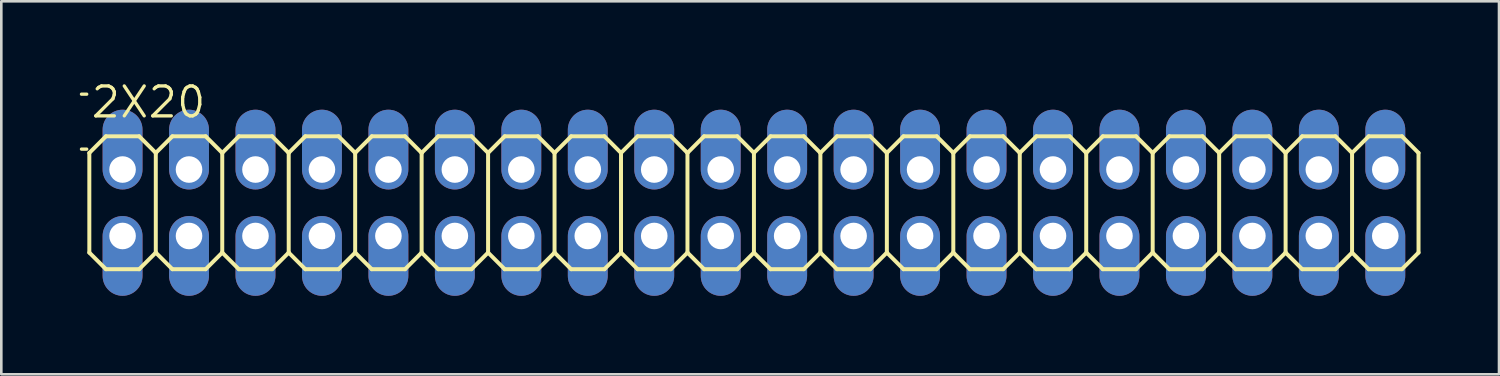
<source format=kicad_pcb>
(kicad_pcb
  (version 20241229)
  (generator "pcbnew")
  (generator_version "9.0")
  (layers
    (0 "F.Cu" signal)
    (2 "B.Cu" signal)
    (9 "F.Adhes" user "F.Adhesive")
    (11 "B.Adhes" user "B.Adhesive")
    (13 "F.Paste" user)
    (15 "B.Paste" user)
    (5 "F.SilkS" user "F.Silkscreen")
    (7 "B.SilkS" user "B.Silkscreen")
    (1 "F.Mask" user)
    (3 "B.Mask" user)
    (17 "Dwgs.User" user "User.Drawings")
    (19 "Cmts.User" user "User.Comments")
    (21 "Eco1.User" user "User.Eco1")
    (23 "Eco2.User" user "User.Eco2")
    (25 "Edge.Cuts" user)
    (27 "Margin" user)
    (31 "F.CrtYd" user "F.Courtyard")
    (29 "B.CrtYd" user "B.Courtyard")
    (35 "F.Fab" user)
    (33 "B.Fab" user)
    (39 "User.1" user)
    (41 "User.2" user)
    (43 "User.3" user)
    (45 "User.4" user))
  (footprint "2X20"
    (layer "F.Cu")
    (at 25.764 4.699)
    (property "Reference" "2X20" (at -25.4 -3.175 0) (layer "F.SilkS") (effects (font (size 1.143 1.143) (thickness 0.127)) (justify left bottom)))
    (fp_line (start -25.7 -4.15) (end -25.5 -4.15) (stroke (width 0.127) (type solid)) (layer "F.SilkS"))
    (fp_line (start -25.7 -2.05) (end -25.5 -2.05) (stroke (width 0.127) (type solid)) (layer "F.SilkS"))
    (fp_line (start -25.4 -1.905) (end -24.765 -2.54) (stroke (width 0.152) (type solid)) (layer "F.SilkS"))
    (fp_line (start -25.4 1.905) (end -25.4 -1.905) (stroke (width 0.152) (type solid)) (layer "F.SilkS"))
    (fp_line (start -25.4 1.905) (end -24.765 2.54) (stroke (width 0.152) (type solid)) (layer "F.SilkS"))
    (fp_line (start -24.765 -2.54) (end -23.495 -2.54) (stroke (width 0.152) (type solid)) (layer "F.SilkS"))
    (fp_line (start -24.765 2.54) (end -23.495 2.54) (stroke (width 0.152) (type solid)) (layer "F.SilkS"))
    (fp_line (start -23.495 -2.54) (end -22.86 -1.905) (stroke (width 0.152) (type solid)) (layer "F.SilkS"))
    (fp_line (start -23.495 2.54) (end -22.86 1.905) (stroke (width 0.152) (type solid)) (layer "F.SilkS"))
    (fp_line (start -22.86 -1.905) (end -22.86 1.905) (stroke (width 0.152) (type solid)) (layer "F.SilkS"))
    (fp_line (start -22.86 -1.905) (end -22.225 -2.54) (stroke (width 0.152) (type solid)) (layer "F.SilkS"))
    (fp_line (start -22.86 1.905) (end -22.225 2.54) (stroke (width 0.152) (type solid)) (layer "F.SilkS"))
    (fp_line (start -22.225 -2.54) (end -20.955 -2.54) (stroke (width 0.152) (type solid)) (layer "F.SilkS"))
    (fp_line (start -22.225 2.54) (end -20.955 2.54) (stroke (width 0.152) (type solid)) (layer "F.SilkS"))
    (fp_line (start -20.955 -2.54) (end -20.32 -1.905) (stroke (width 0.152) (type solid)) (layer "F.SilkS"))
    (fp_line (start -20.955 2.54) (end -20.32 1.905) (stroke (width 0.152) (type solid)) (layer "F.SilkS"))
    (fp_line (start -20.32 -1.905) (end -20.32 1.905) (stroke (width 0.152) (type solid)) (layer "F.SilkS"))
    (fp_line (start -20.32 -1.905) (end -19.685 -2.54) (stroke (width 0.152) (type solid)) (layer "F.SilkS"))
    (fp_line (start -20.32 1.905) (end -19.685 2.54) (stroke (width 0.152) (type solid)) (layer "F.SilkS"))
    (fp_line (start -19.685 -2.54) (end -18.415 -2.54) (stroke (width 0.152) (type solid)) (layer "F.SilkS"))
    (fp_line (start -19.685 2.54) (end -18.415 2.54) (stroke (width 0.152) (type solid)) (layer "F.SilkS"))
    (fp_line (start -18.415 -2.54) (end -17.78 -1.905) (stroke (width 0.152) (type solid)) (layer "F.SilkS"))
    (fp_line (start -18.415 2.54) (end -17.78 1.905) (stroke (width 0.152) (type solid)) (layer "F.SilkS"))
    (fp_line (start -17.78 -1.905) (end -17.78 1.905) (stroke (width 0.152) (type solid)) (layer "F.SilkS"))
    (fp_line (start -17.78 -1.905) (end -17.145 -2.54) (stroke (width 0.152) (type solid)) (layer "F.SilkS"))
    (fp_line (start -17.78 1.905) (end -17.145 2.54) (stroke (width 0.152) (type solid)) (layer "F.SilkS"))
    (fp_line (start -17.145 -2.54) (end -15.875 -2.54) (stroke (width 0.152) (type solid)) (layer "F.SilkS"))
    (fp_line (start -17.145 2.54) (end -15.875 2.54) (stroke (width 0.152) (type solid)) (layer "F.SilkS"))
    (fp_line (start -15.875 -2.54) (end -15.24 -1.905) (stroke (width 0.152) (type solid)) (layer "F.SilkS"))
    (fp_line (start -15.875 2.54) (end -15.24 1.905) (stroke (width 0.152) (type solid)) (layer "F.SilkS"))
    (fp_line (start -15.24 -1.905) (end -15.24 1.905) (stroke (width 0.152) (type solid)) (layer "F.SilkS"))
    (fp_line (start -15.24 -1.905) (end -14.605 -2.54) (stroke (width 0.152) (type solid)) (layer "F.SilkS"))
    (fp_line (start -15.24 1.905) (end -14.605 2.54) (stroke (width 0.152) (type solid)) (layer "F.SilkS"))
    (fp_line (start -14.605 -2.54) (end -13.335 -2.54) (stroke (width 0.152) (type solid)) (layer "F.SilkS"))
    (fp_line (start -14.605 2.54) (end -13.335 2.54) (stroke (width 0.152) (type solid)) (layer "F.SilkS"))
    (fp_line (start -13.335 -2.54) (end -12.7 -1.905) (stroke (width 0.152) (type solid)) (layer "F.SilkS"))
    (fp_line (start -13.335 2.54) (end -12.7 1.905) (stroke (width 0.152) (type solid)) (layer "F.SilkS"))
    (fp_line (start -12.7 -1.905) (end -12.7 1.905) (stroke (width 0.152) (type solid)) (layer "F.SilkS"))
    (fp_line (start -12.7 -1.905) (end -12.065 -2.54) (stroke (width 0.152) (type solid)) (layer "F.SilkS"))
    (fp_line (start -12.7 1.905) (end -12.065 2.54) (stroke (width 0.152) (type solid)) (layer "F.SilkS"))
    (fp_line (start -12.065 -2.54) (end -10.795 -2.54) (stroke (width 0.152) (type solid)) (layer "F.SilkS"))
    (fp_line (start -12.065 2.54) (end -10.795 2.54) (stroke (width 0.152) (type solid)) (layer "F.SilkS"))
    (fp_line (start -10.795 -2.54) (end -10.16 -1.905) (stroke (width 0.152) (type solid)) (layer "F.SilkS"))
    (fp_line (start -10.795 2.54) (end -10.16 1.905) (stroke (width 0.152) (type solid)) (layer "F.SilkS"))
    (fp_line (start -10.16 -1.905) (end -10.16 1.905) (stroke (width 0.152) (type solid)) (layer "F.SilkS"))
    (fp_line (start -10.16 -1.905) (end -9.525 -2.54) (stroke (width 0.152) (type solid)) (layer "F.SilkS"))
    (fp_line (start -10.16 1.905) (end -9.525 2.54) (stroke (width 0.152) (type solid)) (layer "F.SilkS"))
    (fp_line (start -9.525 -2.54) (end -8.255 -2.54) (stroke (width 0.152) (type solid)) (layer "F.SilkS"))
    (fp_line (start -8.255 -2.54) (end -7.62 -1.905) (stroke (width 0.152) (type solid)) (layer "F.SilkS"))
    (fp_line (start -8.255 2.54) (end -9.525 2.54) (stroke (width 0.152) (type solid)) (layer "F.SilkS"))
    (fp_line (start -7.62 -1.905) (end -7.62 1.905) (stroke (width 0.152) (type solid)) (layer "F.SilkS"))
    (fp_line (start -7.62 -1.905) (end -6.985 -2.54) (stroke (width 0.152) (type solid)) (layer "F.SilkS"))
    (fp_line (start -7.62 1.905) (end -8.255 2.54) (stroke (width 0.152) (type solid)) (layer "F.SilkS"))
    (fp_line (start -7.62 1.905) (end -6.985 2.54) (stroke (width 0.152) (type solid)) (layer "F.SilkS"))
    (fp_line (start -6.985 -2.54) (end -5.715 -2.54) (stroke (width 0.152) (type solid)) (layer "F.SilkS"))
    (fp_line (start -5.715 -2.54) (end -5.08 -1.905) (stroke (width 0.152) (type solid)) (layer "F.SilkS"))
    (fp_line (start -5.715 2.54) (end -6.985 2.54) (stroke (width 0.152) (type solid)) (layer "F.SilkS"))
    (fp_line (start -5.08 -1.905) (end -5.08 1.905) (stroke (width 0.152) (type solid)) (layer "F.SilkS"))
    (fp_line (start -5.08 -1.905) (end -4.445 -2.54) (stroke (width 0.152) (type solid)) (layer "F.SilkS"))
    (fp_line (start -5.08 1.905) (end -5.715 2.54) (stroke (width 0.152) (type solid)) (layer "F.SilkS"))
    (fp_line (start -5.08 1.905) (end -4.445 2.54) (stroke (width 0.152) (type solid)) (layer "F.SilkS"))
    (fp_line (start -4.445 -2.54) (end -3.175 -2.54) (stroke (width 0.152) (type solid)) (layer "F.SilkS"))
    (fp_line (start -3.175 -2.54) (end -2.54 -1.905) (stroke (width 0.152) (type solid)) (layer "F.SilkS"))
    (fp_line (start -3.175 2.54) (end -4.445 2.54) (stroke (width 0.152) (type solid)) (layer "F.SilkS"))
    (fp_line (start -2.54 -1.905) (end -2.54 1.905) (stroke (width 0.152) (type solid)) (layer "F.SilkS"))
    (fp_line (start -2.54 -1.905) (end -1.905 -2.54) (stroke (width 0.152) (type solid)) (layer "F.SilkS"))
    (fp_line (start -2.54 1.905) (end -3.175 2.54) (stroke (width 0.152) (type solid)) (layer "F.SilkS"))
    (fp_line (start -2.54 1.905) (end -1.905 2.54) (stroke (width 0.152) (type solid)) (layer "F.SilkS"))
    (fp_line (start -1.905 -2.54) (end -0.635 -2.54) (stroke (width 0.152) (type solid)) (layer "F.SilkS"))
    (fp_line (start -0.635 -2.54) (end 0 -1.905) (stroke (width 0.152) (type solid)) (layer "F.SilkS"))
    (fp_line (start -0.635 2.54) (end -1.905 2.54) (stroke (width 0.152) (type solid)) (layer "F.SilkS"))
    (fp_line (start 0 -1.905) (end 0 1.905) (stroke (width 0.152) (type solid)) (layer "F.SilkS"))
    (fp_line (start 0 -1.905) (end 0.635 -2.54) (stroke (width 0.152) (type solid)) (layer "F.SilkS"))
    (fp_line (start 0 1.905) (end -0.635 2.54) (stroke (width 0.152) (type solid)) (layer "F.SilkS"))
    (fp_line (start 0 1.905) (end 0.635 2.54) (stroke (width 0.152) (type solid)) (layer "F.SilkS"))
    (fp_line (start 0.635 -2.54) (end 1.905 -2.54) (stroke (width 0.152) (type solid)) (layer "F.SilkS"))
    (fp_line (start 1.905 -2.54) (end 2.54 -1.905) (stroke (width 0.152) (type solid)) (layer "F.SilkS"))
    (fp_line (start 1.905 2.54) (end 0.635 2.54) (stroke (width 0.152) (type solid)) (layer "F.SilkS"))
    (fp_line (start 2.54 -1.905) (end 2.54 1.905) (stroke (width 0.152) (type solid)) (layer "F.SilkS"))
    (fp_line (start 2.54 -1.905) (end 3.175 -2.54) (stroke (width 0.152) (type solid)) (layer "F.SilkS"))
    (fp_line (start 2.54 1.905) (end 1.905 2.54) (stroke (width 0.152) (type solid)) (layer "F.SilkS"))
    (fp_line (start 2.54 1.905) (end 3.175 2.54) (stroke (width 0.152) (type solid)) (layer "F.SilkS"))
    (fp_line (start 3.175 -2.54) (end 4.445 -2.54) (stroke (width 0.152) (type solid)) (layer "F.SilkS"))
    (fp_line (start 4.445 2.54) (end 3.175 2.54) (stroke (width 0.152) (type solid)) (layer "F.SilkS"))
    (fp_line (start 5.08 -1.905) (end 4.445 -2.54) (stroke (width 0.152) (type solid)) (layer "F.SilkS"))
    (fp_line (start 5.08 -1.905) (end 5.08 1.905) (stroke (width 0.152) (type solid)) (layer "F.SilkS"))
    (fp_line (start 5.08 -1.905) (end 5.715 -2.54) (stroke (width 0.152) (type solid)) (layer "F.SilkS"))
    (fp_line (start 5.08 1.905) (end 4.445 2.54) (stroke (width 0.152) (type solid)) (layer "F.SilkS"))
    (fp_line (start 5.08 1.905) (end 5.715 2.54) (stroke (width 0.152) (type solid)) (layer "F.SilkS"))
    (fp_line (start 6.985 -2.54) (end 5.715 -2.54) (stroke (width 0.152) (type solid)) (layer "F.SilkS"))
    (fp_line (start 6.985 -2.54) (end 7.62 -1.905) (stroke (width 0.152) (type solid)) (layer "F.SilkS"))
    (fp_line (start 6.985 2.54) (end 5.715 2.54) (stroke (width 0.152) (type solid)) (layer "F.SilkS"))
    (fp_line (start 7.62 -1.905) (end 7.62 1.905) (stroke (width 0.152) (type solid)) (layer "F.SilkS"))
    (fp_line (start 7.62 -1.905) (end 8.255 -2.54) (stroke (width 0.152) (type solid)) (layer "F.SilkS"))
    (fp_line (start 7.62 1.905) (end 6.985 2.54) (stroke (width 0.152) (type solid)) (layer "F.SilkS"))
    (fp_line (start 7.62 1.905) (end 8.255 2.54) (stroke (width 0.152) (type solid)) (layer "F.SilkS"))
    (fp_line (start 9.525 -2.54) (end 8.255 -2.54) (stroke (width 0.152) (type solid)) (layer "F.SilkS"))
    (fp_line (start 9.525 -2.54) (end 10.16 -1.905) (stroke (width 0.152) (type solid)) (layer "F.SilkS"))
    (fp_line (start 9.525 2.54) (end 8.255 2.54) (stroke (width 0.152) (type solid)) (layer "F.SilkS"))
    (fp_line (start 10.16 -1.905) (end 10.16 1.905) (stroke (width 0.152) (type solid)) (layer "F.SilkS"))
    (fp_line (start 10.16 -1.905) (end 10.795 -2.54) (stroke (width 0.152) (type solid)) (layer "F.SilkS"))
    (fp_line (start 10.16 1.905) (end 9.525 2.54) (stroke (width 0.152) (type solid)) (layer "F.SilkS"))
    (fp_line (start 10.795 2.54) (end 10.16 1.905) (stroke (width 0.152) (type solid)) (layer "F.SilkS"))
    (fp_line (start 10.795 2.54) (end 12.065 2.54) (stroke (width 0.152) (type solid)) (layer "F.SilkS"))
    (fp_line (start 12.065 -2.54) (end 10.795 -2.54) (stroke (width 0.152) (type solid)) (layer "F.SilkS"))
    (fp_line (start 12.065 -2.54) (end 12.7 -1.905) (stroke (width 0.152) (type solid)) (layer "F.SilkS"))
    (fp_line (start 12.7 -1.905) (end 12.7 1.905) (stroke (width 0.152) (type solid)) (layer "F.SilkS"))
    (fp_line (start 12.7 -1.905) (end 13.335 -2.54) (stroke (width 0.152) (type solid)) (layer "F.SilkS"))
    (fp_line (start 12.7 1.905) (end 12.065 2.54) (stroke (width 0.152) (type solid)) (layer "F.SilkS"))
    (fp_line (start 13.335 2.54) (end 12.7 1.905) (stroke (width 0.152) (type solid)) (layer "F.SilkS"))
    (fp_line (start 13.335 2.54) (end 14.605 2.54) (stroke (width 0.152) (type solid)) (layer "F.SilkS"))
    (fp_line (start 14.605 -2.54) (end 13.335 -2.54) (stroke (width 0.152) (type solid)) (layer "F.SilkS"))
    (fp_line (start 14.605 -2.54) (end 15.24 -1.905) (stroke (width 0.152) (type solid)) (layer "F.SilkS"))
    (fp_line (start 15.24 -1.905) (end 15.24 1.905) (stroke (width 0.152) (type solid)) (layer "F.SilkS"))
    (fp_line (start 15.24 -1.905) (end 15.875 -2.54) (stroke (width 0.152) (type solid)) (layer "F.SilkS"))
    (fp_line (start 15.24 1.905) (end 14.605 2.54) (stroke (width 0.152) (type solid)) (layer "F.SilkS"))
    (fp_line (start 15.24 1.905) (end 15.875 2.54) (stroke (width 0.152) (type solid)) (layer "F.SilkS"))
    (fp_line (start 17.145 -2.54) (end 15.875 -2.54) (stroke (width 0.152) (type solid)) (layer "F.SilkS"))
    (fp_line (start 17.145 -2.54) (end 17.78 -1.905) (stroke (width 0.152) (type solid)) (layer "F.SilkS"))
    (fp_line (start 17.145 2.54) (end 15.875 2.54) (stroke (width 0.152) (type solid)) (layer "F.SilkS"))
    (fp_line (start 17.78 -1.905) (end 17.78 1.905) (stroke (width 0.152) (type solid)) (layer "F.SilkS"))
    (fp_line (start 17.78 -1.905) (end 18.415 -2.54) (stroke (width 0.152) (type solid)) (layer "F.SilkS"))
    (fp_line (start 17.78 1.905) (end 17.145 2.54) (stroke (width 0.152) (type solid)) (layer "F.SilkS"))
    (fp_line (start 17.78 1.905) (end 18.415 2.54) (stroke (width 0.152) (type solid)) (layer "F.SilkS"))
    (fp_line (start 19.685 -2.54) (end 18.415 -2.54) (stroke (width 0.152) (type solid)) (layer "F.SilkS"))
    (fp_line (start 19.685 -2.54) (end 20.32 -1.905) (stroke (width 0.152) (type solid)) (layer "F.SilkS"))
    (fp_line (start 19.685 2.54) (end 18.415 2.54) (stroke (width 0.152) (type solid)) (layer "F.SilkS"))
    (fp_line (start 20.32 -1.905) (end 20.32 1.905) (stroke (width 0.152) (type solid)) (layer "F.SilkS"))
    (fp_line (start 20.32 -1.905) (end 20.955 -2.54) (stroke (width 0.152) (type solid)) (layer "F.SilkS"))
    (fp_line (start 20.32 1.905) (end 19.685 2.54) (stroke (width 0.152) (type solid)) (layer "F.SilkS"))
    (fp_line (start 20.32 1.905) (end 20.955 2.54) (stroke (width 0.152) (type solid)) (layer "F.SilkS"))
    (fp_line (start 22.225 -2.54) (end 20.955 -2.54) (stroke (width 0.152) (type solid)) (layer "F.SilkS"))
    (fp_line (start 22.225 -2.54) (end 22.86 -1.905) (stroke (width 0.152) (type solid)) (layer "F.SilkS"))
    (fp_line (start 22.225 2.54) (end 20.955 2.54) (stroke (width 0.152) (type solid)) (layer "F.SilkS"))
    (fp_line (start 22.86 -1.905) (end 22.86 1.905) (stroke (width 0.152) (type solid)) (layer "F.SilkS"))
    (fp_line (start 22.86 -1.905) (end 23.495 -2.54) (stroke (width 0.152) (type solid)) (layer "F.SilkS"))
    (fp_line (start 22.86 1.905) (end 22.225 2.54) (stroke (width 0.152) (type solid)) (layer "F.SilkS"))
    (fp_line (start 22.86 1.905) (end 23.495 2.54) (stroke (width 0.152) (type solid)) (layer "F.SilkS"))
    (fp_line (start 24.765 -2.54) (end 23.495 -2.54) (stroke (width 0.152) (type solid)) (layer "F.SilkS"))
    (fp_line (start 24.765 -2.54) (end 25.4 -1.905) (stroke (width 0.152) (type solid)) (layer "F.SilkS"))
    (fp_line (start 24.765 2.54) (end 23.495 2.54) (stroke (width 0.152) (type solid)) (layer "F.SilkS"))
    (fp_line (start 25.4 -1.905) (end 25.4 1.905) (stroke (width 0.152) (type solid)) (layer "F.SilkS"))
    (fp_line (start 25.4 1.905) (end 24.765 2.54) (stroke (width 0.152) (type solid)) (layer "F.SilkS"))
    (fp_poly (pts (xy -24.384 -1.016) (xy -23.876 -1.016) (xy -23.876 -1.524) (xy -24.384 -1.524)) (stroke (width 0.1) (type solid)) (fill no) (layer "F.Fab"))
    (fp_poly (pts (xy -24.384 1.524) (xy -23.876 1.524) (xy -23.876 1.016) (xy -24.384 1.016)) (stroke (width 0.1) (type solid)) (fill no) (layer "F.Fab"))
    (fp_poly (pts (xy -21.844 -1.016) (xy -21.336 -1.016) (xy -21.336 -1.524) (xy -21.844 -1.524)) (stroke (width 0.1) (type solid)) (fill no) (layer "F.Fab"))
    (fp_poly (pts (xy -21.844 1.524) (xy -21.336 1.524) (xy -21.336 1.016) (xy -21.844 1.016)) (stroke (width 0.1) (type solid)) (fill no) (layer "F.Fab"))
    (fp_poly (pts (xy -19.304 -1.016) (xy -18.796 -1.016) (xy -18.796 -1.524) (xy -19.304 -1.524)) (stroke (width 0.1) (type solid)) (fill no) (layer "F.Fab"))
    (fp_poly (pts (xy -19.304 1.524) (xy -18.796 1.524) (xy -18.796 1.016) (xy -19.304 1.016)) (stroke (width 0.1) (type solid)) (fill no) (layer "F.Fab"))
    (fp_poly (pts (xy -16.764 1.524) (xy -16.256 1.524) (xy -16.256 1.016) (xy -16.764 1.016)) (stroke (width 0.1) (type solid)) (fill no) (layer "F.Fab"))
    (fp_poly (pts (xy -16.256 -1.016) (xy -16.256 -1.524) (xy -16.764 -1.524) (xy -16.764 -1.016)) (stroke (width 0.1) (type solid)) (fill no) (layer "F.Fab"))
    (fp_poly (pts (xy -14.224 1.524) (xy -13.716 1.524) (xy -13.716 1.016) (xy -14.224 1.016)) (stroke (width 0.1) (type solid)) (fill no) (layer "F.Fab"))
    (fp_poly (pts (xy -13.716 -1.016) (xy -13.716 -1.524) (xy -14.224 -1.524) (xy -14.224 -1.016)) (stroke (width 0.1) (type solid)) (fill no) (layer "F.Fab"))
    (fp_poly (pts (xy -11.684 -1.016) (xy -11.176 -1.016) (xy -11.176 -1.524) (xy -11.684 -1.524)) (stroke (width 0.1) (type solid)) (fill no) (layer "F.Fab"))
    (fp_poly (pts (xy -11.684 1.524) (xy -11.176 1.524) (xy -11.176 1.016) (xy -11.684 1.016)) (stroke (width 0.1) (type solid)) (fill no) (layer "F.Fab"))
    (fp_poly (pts (xy -9.144 1.524) (xy -8.636 1.524) (xy -8.636 1.016) (xy -9.144 1.016)) (stroke (width 0.1) (type solid)) (fill no) (layer "F.Fab"))
    (fp_poly (pts (xy -8.636 -1.016) (xy -8.636 -1.524) (xy -9.144 -1.524) (xy -9.144 -1.016)) (stroke (width 0.1) (type solid)) (fill no) (layer "F.Fab"))
    (fp_poly (pts (xy -6.604 -1.016) (xy -6.096 -1.016) (xy -6.096 -1.524) (xy -6.604 -1.524)) (stroke (width 0.1) (type solid)) (fill no) (layer "F.Fab"))
    (fp_poly (pts (xy -6.604 1.524) (xy -6.096 1.524) (xy -6.096 1.016) (xy -6.604 1.016)) (stroke (width 0.1) (type solid)) (fill no) (layer "F.Fab"))
    (fp_poly (pts (xy -4.064 -1.016) (xy -3.556 -1.016) (xy -3.556 -1.524) (xy -4.064 -1.524)) (stroke (width 0.1) (type solid)) (fill no) (layer "F.Fab"))
    (fp_poly (pts (xy -4.064 1.524) (xy -3.556 1.524) (xy -3.556 1.016) (xy -4.064 1.016)) (stroke (width 0.1) (type solid)) (fill no) (layer "F.Fab"))
    (fp_poly (pts (xy -1.524 -1.016) (xy -1.016 -1.016) (xy -1.016 -1.524) (xy -1.524 -1.524)) (stroke (width 0.1) (type solid)) (fill no) (layer "F.Fab"))
    (fp_poly (pts (xy -1.524 1.524) (xy -1.016 1.524) (xy -1.016 1.016) (xy -1.524 1.016)) (stroke (width 0.1) (type solid)) (fill no) (layer "F.Fab"))
    (fp_poly (pts (xy 1.016 -1.524) (xy 1.016 -1.016) (xy 1.524 -1.016) (xy 1.524 -1.524)) (stroke (width 0.1) (type solid)) (fill no) (layer "F.Fab"))
    (fp_poly (pts (xy 1.016 1.524) (xy 1.524 1.524) (xy 1.524 1.016) (xy 1.016 1.016)) (stroke (width 0.1) (type solid)) (fill no) (layer "F.Fab"))
    (fp_poly (pts (xy 3.556 1.524) (xy 4.064 1.524) (xy 4.064 1.016) (xy 3.556 1.016)) (stroke (width 0.1) (type solid)) (fill no) (layer "F.Fab"))
    (fp_poly (pts (xy 4.064 -1.524) (xy 3.556 -1.524) (xy 3.556 -1.016) (xy 4.064 -1.016)) (stroke (width 0.1) (type solid)) (fill no) (layer "F.Fab"))
    (fp_poly (pts (xy 6.096 -1.016) (xy 6.604 -1.016) (xy 6.604 -1.524) (xy 6.096 -1.524)) (stroke (width 0.1) (type solid)) (fill no) (layer "F.Fab"))
    (fp_poly (pts (xy 6.096 1.524) (xy 6.604 1.524) (xy 6.604 1.016) (xy 6.096 1.016)) (stroke (width 0.1) (type solid)) (fill no) (layer "F.Fab"))
    (fp_poly (pts (xy 8.636 1.524) (xy 9.144 1.524) (xy 9.144 1.016) (xy 8.636 1.016)) (stroke (width 0.1) (type solid)) (fill no) (layer "F.Fab"))
    (fp_poly (pts (xy 9.144 -1.524) (xy 8.636 -1.524) (xy 8.636 -1.016) (xy 9.144 -1.016)) (stroke (width 0.1) (type solid)) (fill no) (layer "F.Fab"))
    (fp_poly (pts (xy 11.176 -1.016) (xy 11.684 -1.016) (xy 11.684 -1.524) (xy 11.176 -1.524)) (stroke (width 0.1) (type solid)) (fill no) (layer "F.Fab"))
    (fp_poly (pts (xy 11.176 1.524) (xy 11.684 1.524) (xy 11.684 1.016) (xy 11.176 1.016)) (stroke (width 0.1) (type solid)) (fill no) (layer "F.Fab"))
    (fp_poly (pts (xy 13.716 -1.016) (xy 14.224 -1.016) (xy 14.224 -1.524) (xy 13.716 -1.524)) (stroke (width 0.1) (type solid)) (fill no) (layer "F.Fab"))
    (fp_poly (pts (xy 13.716 1.524) (xy 14.224 1.524) (xy 14.224 1.016) (xy 13.716 1.016)) (stroke (width 0.1) (type solid)) (fill no) (layer "F.Fab"))
    (fp_poly (pts (xy 16.256 -1.016) (xy 16.764 -1.016) (xy 16.764 -1.524) (xy 16.256 -1.524)) (stroke (width 0.1) (type solid)) (fill no) (layer "F.Fab"))
    (fp_poly (pts (xy 16.764 1.016) (xy 16.256 1.016) (xy 16.256 1.524) (xy 16.764 1.524)) (stroke (width 0.1) (type solid)) (fill no) (layer "F.Fab"))
    (fp_poly (pts (xy 18.796 -1.016) (xy 19.304 -1.016) (xy 19.304 -1.524) (xy 18.796 -1.524)) (stroke (width 0.1) (type solid)) (fill no) (layer "F.Fab"))
    (fp_poly (pts (xy 18.796 1.524) (xy 19.304 1.524) (xy 19.304 1.016) (xy 18.796 1.016)) (stroke (width 0.1) (type solid)) (fill no) (layer "F.Fab"))
    (fp_poly (pts (xy 21.336 -1.016) (xy 21.844 -1.016) (xy 21.844 -1.524) (xy 21.336 -1.524)) (stroke (width 0.1) (type solid)) (fill no) (layer "F.Fab"))
    (fp_poly (pts (xy 21.336 1.524) (xy 21.844 1.524) (xy 21.844 1.016) (xy 21.336 1.016)) (stroke (width 0.1) (type solid)) (fill no) (layer "F.Fab"))
    (fp_poly (pts (xy 23.876 -1.016) (xy 24.384 -1.016) (xy 24.384 -1.524) (xy 23.876 -1.524)) (stroke (width 0.1) (type solid)) (fill no) (layer "F.Fab"))
    (fp_poly (pts (xy 23.876 1.524) (xy 24.384 1.524) (xy 24.384 1.016) (xy 23.876 1.016)) (stroke (width 0.1) (type solid)) (fill no) (layer "F.Fab"))
    (pad "1" thru_hole oval (at -24.13 1.27 270) (size 3.048 1.524) (drill 1.016 (offset 0.762 0)) (layers "*.Cu" "*.Mask"))
    (pad "2" thru_hole oval (at -24.13 -1.27 90) (size 3.048 1.524) (drill 1.016 (offset 0.762 0)) (layers "*.Cu" "*.Mask"))
    (pad "3" thru_hole oval (at -21.59 1.27 270) (size 3.048 1.524) (drill 1.016 (offset 0.762 0)) (layers "*.Cu" "*.Mask"))
    (pad "4" thru_hole oval (at -21.59 -1.27 90) (size 3.048 1.524) (drill 1.016 (offset 0.762 0)) (layers "*.Cu" "*.Mask"))
    (pad "5" thru_hole oval (at -19.05 1.27 270) (size 3.048 1.524) (drill 1.016 (offset 0.762 0)) (layers "*.Cu" "*.Mask"))
    (pad "6" thru_hole oval (at -19.05 -1.27 90) (size 3.048 1.524) (drill 1.016 (offset 0.762 0)) (layers "*.Cu" "*.Mask"))
    (pad "7" thru_hole oval (at -16.51 1.27 270) (size 3.048 1.524) (drill 1.016 (offset 0.762 0)) (layers "*.Cu" "*.Mask"))
    (pad "8" thru_hole oval (at -16.51 -1.27 90) (size 3.048 1.524) (drill 1.016 (offset 0.762 0)) (layers "*.Cu" "*.Mask"))
    (pad "9" thru_hole oval (at -13.97 1.27 270) (size 3.048 1.524) (drill 1.016 (offset 0.762 0)) (layers "*.Cu" "*.Mask"))
    (pad "10" thru_hole oval (at -13.97 -1.27 90) (size 3.048 1.524) (drill 1.016 (offset 0.762 0)) (layers "*.Cu" "*.Mask"))
    (pad "11" thru_hole oval (at -11.43 1.27 270) (size 3.048 1.524) (drill 1.016 (offset 0.762 0)) (layers "*.Cu" "*.Mask"))
    (pad "12" thru_hole oval (at -11.43 -1.27 90) (size 3.048 1.524) (drill 1.016 (offset 0.762 0)) (layers "*.Cu" "*.Mask"))
    (pad "13" thru_hole oval (at -8.89 1.27 270) (size 3.048 1.524) (drill 1.016 (offset 0.762 0)) (layers "*.Cu" "*.Mask"))
    (pad "14" thru_hole oval (at -8.89 -1.27 90) (size 3.048 1.524) (drill 1.016 (offset 0.762 0)) (layers "*.Cu" "*.Mask"))
    (pad "15" thru_hole oval (at -6.35 1.27 270) (size 3.048 1.524) (drill 1.016 (offset 0.762 0)) (layers "*.Cu" "*.Mask"))
    (pad "16" thru_hole oval (at -6.35 -1.27 90) (size 3.048 1.524) (drill 1.016 (offset 0.762 0)) (layers "*.Cu" "*.Mask"))
    (pad "17" thru_hole oval (at -3.81 1.27 270) (size 3.048 1.524) (drill 1.016 (offset 0.762 0)) (layers "*.Cu" "*.Mask"))
    (pad "18" thru_hole oval (at -3.81 -1.27 90) (size 3.048 1.524) (drill 1.016 (offset 0.762 0)) (layers "*.Cu" "*.Mask"))
    (pad "19" thru_hole oval (at -1.27 1.27 270) (size 3.048 1.524) (drill 1.016 (offset 0.762 0)) (layers "*.Cu" "*.Mask"))
    (pad "20" thru_hole oval (at -1.27 -1.27 90) (size 3.048 1.524) (drill 1.016 (offset 0.762 0)) (layers "*.Cu" "*.Mask"))
    (pad "21" thru_hole oval (at 1.27 1.27 270) (size 3.048 1.524) (drill 1.016 (offset 0.762 0)) (layers "*.Cu" "*.Mask"))
    (pad "22" thru_hole oval (at 1.27 -1.27 90) (size 3.048 1.524) (drill 1.016 (offset 0.762 0)) (layers "*.Cu" "*.Mask"))
    (pad "23" thru_hole oval (at 3.81 1.27 270) (size 3.048 1.524) (drill 1.016 (offset 0.762 0)) (layers "*.Cu" "*.Mask"))
    (pad "24" thru_hole oval (at 3.81 -1.27 90) (size 3.048 1.524) (drill 1.016 (offset 0.762 0)) (layers "*.Cu" "*.Mask"))
    (pad "25" thru_hole oval (at 6.35 1.27 270) (size 3.048 1.524) (drill 1.016 (offset 0.762 0)) (layers "*.Cu" "*.Mask"))
    (pad "26" thru_hole oval (at 6.35 -1.27 90) (size 3.048 1.524) (drill 1.016 (offset 0.762 0)) (layers "*.Cu" "*.Mask"))
    (pad "27" thru_hole oval (at 8.89 1.27 270) (size 3.048 1.524) (drill 1.016 (offset 0.762 0)) (layers "*.Cu" "*.Mask"))
    (pad "28" thru_hole oval (at 8.89 -1.27 90) (size 3.048 1.524) (drill 1.016 (offset 0.762 0)) (layers "*.Cu" "*.Mask"))
    (pad "29" thru_hole oval (at 11.43 1.27 270) (size 3.048 1.524) (drill 1.016 (offset 0.762 0)) (layers "*.Cu" "*.Mask"))
    (pad "30" thru_hole oval (at 11.43 -1.27 90) (size 3.048 1.524) (drill 1.016 (offset 0.762 0)) (layers "*.Cu" "*.Mask"))
    (pad "31" thru_hole oval (at 13.97 1.27 270) (size 3.048 1.524) (drill 1.016 (offset 0.762 0)) (layers "*.Cu" "*.Mask"))
    (pad "32" thru_hole oval (at 13.97 -1.27 90) (size 3.048 1.524) (drill 1.016 (offset 0.762 0)) (layers "*.Cu" "*.Mask"))
    (pad "33" thru_hole oval (at 16.51 1.27 270) (size 3.048 1.524) (drill 1.016 (offset 0.762 0)) (layers "*.Cu" "*.Mask"))
    (pad "34" thru_hole oval (at 16.51 -1.27 90) (size 3.048 1.524) (drill 1.016 (offset 0.762 0)) (layers "*.Cu" "*.Mask"))
    (pad "35" thru_hole oval (at 19.05 1.27 270) (size 3.048 1.524) (drill 1.016 (offset 0.762 0)) (layers "*.Cu" "*.Mask"))
    (pad "36" thru_hole oval (at 19.05 -1.27 90) (size 3.048 1.524) (drill 1.016 (offset 0.762 0)) (layers "*.Cu" "*.Mask"))
    (pad "37" thru_hole oval (at 21.59 1.27 270) (size 3.048 1.524) (drill 1.016 (offset 0.762 0)) (layers "*.Cu" "*.Mask"))
    (pad "38" thru_hole oval (at 21.59 -1.27 90) (size 3.048 1.524) (drill 1.016 (offset 0.762 0)) (layers "*.Cu" "*.Mask"))
    (pad "39" thru_hole oval (at 24.13 1.27 270) (size 3.048 1.524) (drill 1.016 (offset 0.762 0)) (layers "*.Cu" "*.Mask"))
    (pad "40" thru_hole oval (at 24.13 -1.27 90) (size 3.048 1.524) (drill 1.016 (offset 0.762 0)) (layers "*.Cu" "*.Mask")))
  (gr_rect
    (start -3 -3)
    (end 54.24 11.255)
    (stroke (width 0.1) (type default))
    (fill no)
    (layer "Edge.Cuts")))
</source>
